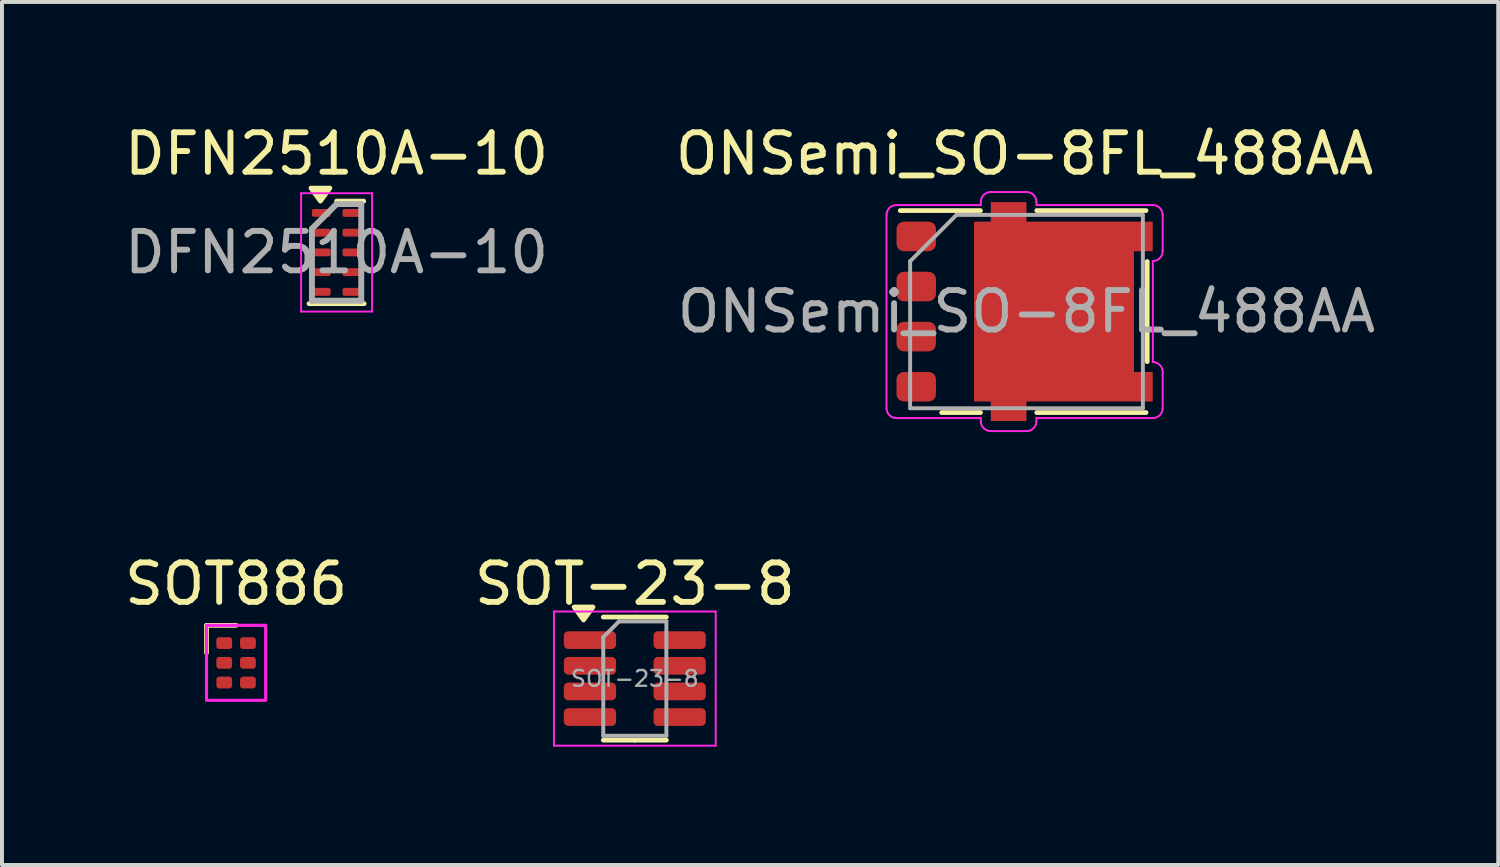
<source format=kicad_pcb>
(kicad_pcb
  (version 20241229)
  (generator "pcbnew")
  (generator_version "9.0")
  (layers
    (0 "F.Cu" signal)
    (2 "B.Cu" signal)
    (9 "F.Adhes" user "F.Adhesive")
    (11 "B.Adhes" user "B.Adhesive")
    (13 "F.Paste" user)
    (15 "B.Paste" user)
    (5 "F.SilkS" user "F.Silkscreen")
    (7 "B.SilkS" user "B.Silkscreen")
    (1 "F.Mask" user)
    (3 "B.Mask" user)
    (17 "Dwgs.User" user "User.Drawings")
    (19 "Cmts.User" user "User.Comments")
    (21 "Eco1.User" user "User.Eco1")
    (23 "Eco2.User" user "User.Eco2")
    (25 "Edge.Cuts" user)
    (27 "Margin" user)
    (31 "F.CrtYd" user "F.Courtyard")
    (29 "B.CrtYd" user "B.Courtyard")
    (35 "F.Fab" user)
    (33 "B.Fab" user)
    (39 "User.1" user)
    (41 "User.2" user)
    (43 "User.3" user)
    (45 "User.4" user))
  (footprint "SOT-23-8"
    (layer "F.Cu")
    (at 13.042 14.152)
    (property "Reference" "SOT-23-8" (at 0 -2.4 0) (layer "F.SilkS") (effects (font (size 1 1) (thickness 0.15))))
    (attr smd)
    (fp_line (start 0 -1.56) (end -0.8 -1.56) (stroke (width 0.12) (type solid)) (layer "F.SilkS"))
    (fp_line (start 0 -1.56) (end 0.8 -1.56) (stroke (width 0.12) (type solid)) (layer "F.SilkS"))
    (fp_line (start 0 1.56) (end -0.8 1.56) (stroke (width 0.12) (type solid)) (layer "F.SilkS"))
    (fp_line (start 0 1.56) (end 0.8 1.56) (stroke (width 0.12) (type solid)) (layer "F.SilkS"))
    (fp_poly (pts (xy -1.3 -1.485) (xy -1.54 -1.815) (xy -1.06 -1.815) (xy -1.3 -1.485)) (stroke (width 0.12) (type solid)) (fill yes) (layer "F.SilkS"))
    (fp_line (start -2.05 -1.7) (end -2.05 1.7) (stroke (width 0.05) (type solid)) (layer "F.CrtYd"))
    (fp_line (start -2.05 1.7) (end 2.05 1.7) (stroke (width 0.05) (type solid)) (layer "F.CrtYd"))
    (fp_line (start 2.05 -1.7) (end -2.05 -1.7) (stroke (width 0.05) (type solid)) (layer "F.CrtYd"))
    (fp_line (start 2.05 1.7) (end 2.05 -1.7) (stroke (width 0.05) (type solid)) (layer "F.CrtYd"))
    (fp_line (start -0.8 -1.05) (end -0.4 -1.45) (stroke (width 0.1) (type solid)) (layer "F.Fab"))
    (fp_line (start -0.8 1.45) (end -0.8 -1.05) (stroke (width 0.1) (type solid)) (layer "F.Fab"))
    (fp_line (start -0.4 -1.45) (end 0.8 -1.45) (stroke (width 0.1) (type solid)) (layer "F.Fab"))
    (fp_line (start 0.8 -1.45) (end 0.8 1.45) (stroke (width 0.1) (type solid)) (layer "F.Fab"))
    (fp_line (start 0.8 1.45) (end -0.8 1.45) (stroke (width 0.1) (type solid)) (layer "F.Fab"))
    (fp_text user "${REFERENCE}" (at 0 0 0) (layer "F.Fab") (effects (font (size 0.4 0.4) (thickness 0.06))))
    (pad "1" smd roundrect (at -1.137 -0.975) (size 1.325 0.45) (layers "F.Cu" "F.Mask" "F.Paste") (roundrect_rratio 0.25))
    (pad "2" smd roundrect (at -1.137 -0.325) (size 1.325 0.45) (layers "F.Cu" "F.Mask" "F.Paste") (roundrect_rratio 0.25))
    (pad "3" smd roundrect (at -1.137 0.325) (size 1.325 0.45) (layers "F.Cu" "F.Mask" "F.Paste") (roundrect_rratio 0.25))
    (pad "4" smd roundrect (at -1.137 0.975) (size 1.325 0.45) (layers "F.Cu" "F.Mask" "F.Paste") (roundrect_rratio 0.25))
    (pad "5" smd roundrect (at 1.137 0.975) (size 1.325 0.45) (layers "F.Cu" "F.Mask" "F.Paste") (roundrect_rratio 0.25))
    (pad "6" smd roundrect (at 1.137 0.325) (size 1.325 0.45) (layers "F.Cu" "F.Mask" "F.Paste") (roundrect_rratio 0.25))
    (pad "7" smd roundrect (at 1.137 -0.325) (size 1.325 0.45) (layers "F.Cu" "F.Mask" "F.Paste") (roundrect_rratio 0.25))
    (pad "8" smd roundrect (at 1.137 -0.975) (size 1.325 0.45) (layers "F.Cu" "F.Mask" "F.Paste") (roundrect_rratio 0.25)))
  (footprint "DFN2510A-10"
    (layer "F.Cu")
    (at 5.482 3.348)
    (property "Reference" "DFN2510A-10" (at 0 -2.5 0) (layer "F.SilkS") (effects (font (size 1 1) (thickness 0.15))))
    (attr smd)
    (fp_line (start 0.688 -1.3) (end 0 -1.3) (stroke (width 0.12) (type solid)) (layer "F.SilkS"))
    (fp_line (start 0.7 1.3) (end -0.7 1.3) (stroke (width 0.12) (type solid)) (layer "F.SilkS"))
    (fp_poly (pts (xy -0.41 -1.3) (xy -0.65 -1.63) (xy -0.17 -1.63) (xy -0.41 -1.3)) (stroke (width 0.12) (type solid)) (fill yes) (layer "F.SilkS"))
    (fp_line (start -0.9 -1.5) (end 0.9 -1.5) (stroke (width 0.05) (type default)) (layer "F.CrtYd"))
    (fp_line (start -0.9 1.5) (end -0.9 -1.5) (stroke (width 0.05) (type default)) (layer "F.CrtYd"))
    (fp_line (start 0.9 -1.5) (end 0.9 1.5) (stroke (width 0.05) (type default)) (layer "F.CrtYd"))
    (fp_line (start 0.9 1.5) (end -0.9 1.5) (stroke (width 0.05) (type default)) (layer "F.CrtYd"))
    (fp_line (start -0.625 -0.6) (end -0.625 1.225) (stroke (width 0.15) (type default)) (layer "F.Fab"))
    (fp_line (start -0.625 1.225) (end 0.625 1.225) (stroke (width 0.15) (type default)) (layer "F.Fab"))
    (fp_line (start 0 -1.225) (end -0.625 -0.6) (stroke (width 0.15) (type default)) (layer "F.Fab"))
    (fp_line (start 0.625 -1.225) (end 0 -1.225) (stroke (width 0.15) (type default)) (layer "F.Fab"))
    (fp_line (start 0.625 1.225) (end 0.625 -1.225) (stroke (width 0.15) (type default)) (layer "F.Fab"))
    (fp_text user "${REFERENCE}" (at 0 0 0) (layer "F.Fab") (effects (font (size 1 1) (thickness 0.15))))
    (pad "1" smd roundrect (at -0.388 -1 90) (size 0.2 0.475) (layers "F.Cu" "F.Mask" "F.Paste") (roundrect_rratio 0.25))
    (pad "2" smd roundrect (at -0.388 -0.5 90) (size 0.2 0.475) (layers "F.Cu" "F.Mask" "F.Paste") (roundrect_rratio 0.25))
    (pad "3" smd roundrect (at -0.388 0 90) (size 0.2 0.475) (layers "F.Cu" "F.Mask" "F.Paste") (roundrect_rratio 0.25))
    (pad "4" smd roundrect (at -0.388 0.5 90) (size 0.2 0.475) (layers "F.Cu" "F.Mask" "F.Paste") (roundrect_rratio 0.25))
    (pad "5" smd roundrect (at -0.388 1 90) (size 0.2 0.475) (layers "F.Cu" "F.Mask" "F.Paste") (roundrect_rratio 0.25))
    (pad "6" smd roundrect (at 0.388 1 90) (size 0.2 0.475) (layers "F.Cu" "F.Mask" "F.Paste") (roundrect_rratio 0.25))
    (pad "7" smd roundrect (at 0.388 0.5 90) (size 0.2 0.475) (layers "F.Cu" "F.Mask" "F.Paste") (roundrect_rratio 0.25))
    (pad "8" smd roundrect (at 0.388 0 90) (size 0.2 0.475) (layers "F.Cu" "F.Mask" "F.Paste") (roundrect_rratio 0.25))
    (pad "9" smd roundrect (at 0.388 -0.5 90) (size 0.2 0.475) (layers "F.Cu" "F.Mask" "F.Paste") (roundrect_rratio 0.25))
    (pad "10" smd roundrect (at 0.388 -1 90) (size 0.2 0.475) (layers "F.Cu" "F.Mask" "F.Paste") (roundrect_rratio 0.25)))
  (footprint "SOT886"
    (layer "F.Cu")
    (at 2.935 13.752)
    (property "Reference" "SOT886" (at 0 -2 0) (unlocked yes) (layer "F.SilkS") (effects (font (size 1 1) (thickness 0.15))))
    (attr smd)
    (fp_line (start -0.75 -0.95) (end -0.75 -0.25) (stroke (width 0.12) (type default)) (layer "F.SilkS"))
    (fp_line (start 0 -0.95) (end -0.75 -0.95) (stroke (width 0.12) (type default)) (layer "F.SilkS"))
    (fp_rect (start -0.75 -0.95) (end 0.75 0.95) (stroke (width 0.08) (type default)) (fill no) (layer "F.CrtYd"))
    (pad "1" smd roundrect (at -0.3 -0.5) (size 0.4 0.3) (layers "F.Cu" "F.Mask" "F.Paste") (roundrect_rratio 0.25))
    (pad "2" smd roundrect (at -0.3 0) (size 0.4 0.3) (layers "F.Cu" "F.Mask" "F.Paste") (roundrect_rratio 0.25))
    (pad "3" smd roundrect (at -0.3 0.5) (size 0.4 0.3) (layers "F.Cu" "F.Mask" "F.Paste") (roundrect_rratio 0.25))
    (pad "4" smd roundrect (at 0.3 -0.5) (size 0.4 0.3) (layers "F.Cu" "F.Mask" "F.Paste") (roundrect_rratio 0.25))
    (pad "5" smd roundrect (at 0.3 0) (size 0.4 0.3) (layers "F.Cu" "F.Mask" "F.Paste") (roundrect_rratio 0.25))
    (pad "6" smd roundrect (at 0.3 0.5) (size 0.4 0.3) (layers "F.Cu" "F.Mask" "F.Paste") (roundrect_rratio 0.25)))
  (footprint "ONSemi_SO-8FL_488AA"
    (layer "F.Cu")
    (at 22.923 4.848)
    (property "Reference" "ONSemi_SO-8FL_488AA" (at 0 -4 0) (layer "F.SilkS") (effects (font (size 1 1) (thickness 0.15))))
    (attr smd)
    (fp_line (start -1.118 -2.56) (end -3.152 -2.56) (stroke (width 0.12) (type solid)) (layer "F.SilkS"))
    (fp_line (start -1.118 2.56) (end -2.103 2.56) (stroke (width 0.12) (type solid)) (layer "F.SilkS"))
    (fp_line (start 3.078 -2.56) (end 0.308 -2.56) (stroke (width 0.12) (type solid)) (layer "F.SilkS"))
    (fp_line (start 3.078 2.56) (end 0.308 2.56) (stroke (width 0.12) (type solid)) (layer "F.SilkS"))
    (fp_line (start 3.108 -1.27) (end 3.108 1.27) (stroke (width 0.12) (type solid)) (layer "F.SilkS"))
    (fp_line (start -3.5 2.45) (end -3.5 -2.45) (stroke (width 0.05) (type solid)) (layer "F.CrtYd"))
    (fp_line (start -3.25 -2.7) (end -1.11 -2.7) (stroke (width 0.05) (type solid)) (layer "F.CrtYd"))
    (fp_line (start -3.25 2.7) (end -1.11 2.7) (stroke (width 0.05) (type solid)) (layer "F.CrtYd"))
    (fp_line (start -1.11 -2.78) (end -1.11 -2.7) (stroke (width 0.05) (type solid)) (layer "F.CrtYd"))
    (fp_line (start -1.11 2.7) (end -1.11 2.78) (stroke (width 0.05) (type solid)) (layer "F.CrtYd"))
    (fp_line (start -0.86 -3.03) (end 0.05 -3.03) (stroke (width 0.05) (type solid)) (layer "F.CrtYd"))
    (fp_line (start -0.86 3.03) (end 0.05 3.03) (stroke (width 0.05) (type solid)) (layer "F.CrtYd"))
    (fp_line (start 0.3 -2.7) (end 0.3 -2.78) (stroke (width 0.05) (type solid)) (layer "F.CrtYd"))
    (fp_line (start 0.3 -2.7) (end 3.25 -2.7) (stroke (width 0.05) (type solid)) (layer "F.CrtYd"))
    (fp_line (start 0.3 2.7) (end 3.25 2.7) (stroke (width 0.05) (type solid)) (layer "F.CrtYd"))
    (fp_line (start 0.3 2.78) (end 0.3 2.7) (stroke (width 0.05) (type solid)) (layer "F.CrtYd"))
    (fp_line (start 3.25 1.28) (end 3.25 -1.28) (stroke (width 0.05) (type solid)) (layer "F.CrtYd"))
    (fp_line (start 3.5 -1.53) (end 3.5 -2.45) (stroke (width 0.05) (type solid)) (layer "F.CrtYd"))
    (fp_line (start 3.5 2.45) (end 3.5 1.53) (stroke (width 0.05) (type solid)) (layer "F.CrtYd"))
    (fp_arc (start -3.5 -2.45) (mid -3.426777 -2.626777) (end -3.25 -2.7) (stroke (width 0.05) (type solid)) (layer "F.CrtYd"))
    (fp_arc (start -3.25 2.7) (mid -3.426777 2.626777) (end -3.5 2.45) (stroke (width 0.05) (type solid)) (layer "F.CrtYd"))
    (fp_arc (start -1.11 -2.78) (mid -1.036777 -2.956777) (end -0.86 -3.03) (stroke (width 0.05) (type solid)) (layer "F.CrtYd"))
    (fp_arc (start -0.86 3.03) (mid -1.036777 2.956777) (end -1.11 2.78) (stroke (width 0.05) (type solid)) (layer "F.CrtYd"))
    (fp_arc (start 0.05 -3.03) (mid 0.226777 -2.956777) (end 0.3 -2.78) (stroke (width 0.05) (type solid)) (layer "F.CrtYd"))
    (fp_arc (start 0.3 2.78) (mid 0.226777 2.956777) (end 0.05 3.03) (stroke (width 0.05) (type solid)) (layer "F.CrtYd"))
    (fp_arc (start 3.25 -2.7) (mid 3.426777 -2.626777) (end 3.5 -2.45) (stroke (width 0.05) (type solid)) (layer "F.CrtYd"))
    (fp_arc (start 3.25 1.28) (mid 3.426777 1.353223) (end 3.5 1.53) (stroke (width 0.05) (type solid)) (layer "F.CrtYd"))
    (fp_arc (start 3.5 -1.53) (mid 3.426777 -1.353223) (end 3.25 -1.28) (stroke (width 0.05) (type solid)) (layer "F.CrtYd"))
    (fp_arc (start 3.5 2.45) (mid 3.426777 2.626777) (end 3.25 2.7) (stroke (width 0.05) (type solid)) (layer "F.CrtYd"))
    (fp_line (start -2.902 -1.275) (end -2.902 2.45) (stroke (width 0.1) (type solid)) (layer "F.Fab"))
    (fp_line (start -1.727 -2.45) (end -2.902 -1.275) (stroke (width 0.1) (type solid)) (layer "F.Fab"))
    (fp_line (start 2.998 -2.45) (end -1.727 -2.45) (stroke (width 0.1) (type solid)) (layer "F.Fab"))
    (fp_line (start 2.998 -2.45) (end 2.998 2.45) (stroke (width 0.1) (type solid)) (layer "F.Fab"))
    (fp_line (start 2.998 2.45) (end -2.902 2.45) (stroke (width 0.1) (type solid)) (layer "F.Fab"))
    (fp_text user "${REFERENCE}" (at 0.048 0 0) (layer "F.Fab") (effects (font (size 1 1) (thickness 0.15))))
    (pad "" smd roundrect (at -0.7 -1.8) (size 1 1) (layers "F.Paste") (roundrect_rratio 0.25))
    (pad "" smd roundrect (at -0.7 -0.6) (size 1 1) (layers "F.Paste") (roundrect_rratio 0.25))
    (pad "" smd roundrect (at -0.7 0.6) (size 1 1) (layers "F.Paste") (roundrect_rratio 0.25))
    (pad "" smd roundrect (at -0.7 1.8) (size 1 1) (layers "F.Paste") (roundrect_rratio 0.25))
    (pad "" smd roundrect (at 0.5 -1.8) (size 1 1) (layers "F.Paste") (roundrect_rratio 0.25))
    (pad "" smd roundrect (at 0.5 -0.6) (size 1 1) (layers "F.Paste") (roundrect_rratio 0.25))
    (pad "" smd roundrect (at 0.5 0.6) (size 1 1) (layers "F.Paste") (roundrect_rratio 0.25))
    (pad "" smd roundrect (at 0.5 1.8) (size 1 1) (layers "F.Paste") (roundrect_rratio 0.25))
    (pad "" smd roundrect (at 1.7 -1.8) (size 1 1) (layers "F.Paste") (roundrect_rratio 0.25))
    (pad "" smd roundrect (at 1.7 -0.6) (size 1 1) (layers "F.Paste") (roundrect_rratio 0.25))
    (pad "" smd roundrect (at 1.7 0.6) (size 1 1) (layers "F.Paste") (roundrect_rratio 0.25))
    (pad "" smd roundrect (at 1.7 1.8) (size 1 1) (layers "F.Paste") (roundrect_rratio 0.25))
    (pad "" smd roundrect (at 2.9 -1.8) (size 1 1) (layers "F.Paste") (roundrect_rratio 0.25))
    (pad "" smd roundrect (at 2.9 1.8) (size 1 1) (layers "F.Paste") (roundrect_rratio 0.25))
    (pad "1" smd roundrect (at -2.747 1.905) (size 1 0.75) (layers "F.Cu" "F.Mask" "F.Paste") (roundrect_rratio 0.25))
    (pad "2" smd roundrect (at -2.747 -1.905) (size 1 0.75) (layers "F.Cu" "F.Mask" "F.Paste") (roundrect_rratio 0.25))
    (pad "2" smd roundrect (at -2.747 -0.635) (size 1 0.75) (layers "F.Cu" "F.Mask" "F.Paste") (roundrect_rratio 0.25))
    (pad "2" smd roundrect (at -2.747 0.635) (size 1 0.75) (layers "F.Cu" "F.Mask" "F.Paste") (roundrect_rratio 0.25))
    (pad "3" smd custom (at 0.745 0) (size 4.055 4.56) (layers "F.Cu" "F.Mask") (options (anchor rect)) (primitives (gr_poly (pts (xy -0.698 -2.28) (xy 2.502 -2.28) (xy 2.502 -1.53) (xy 1.905 -1.53) (xy 1.905 1.53) (xy 2.502 1.53) (xy 2.502 2.28) (xy -0.698 2.28) (xy -0.698 2.775) (xy -1.603 2.775) (xy -1.603 -2.775) (xy -0.698 -2.775)) (width 0) (fill yes)))))
  (gr_rect
    (start -3 -3)
    (end 34.929 18.877)
    (stroke (width 0.1) (type default))
    (fill no)
    (layer "Edge.Cuts")))
</source>
